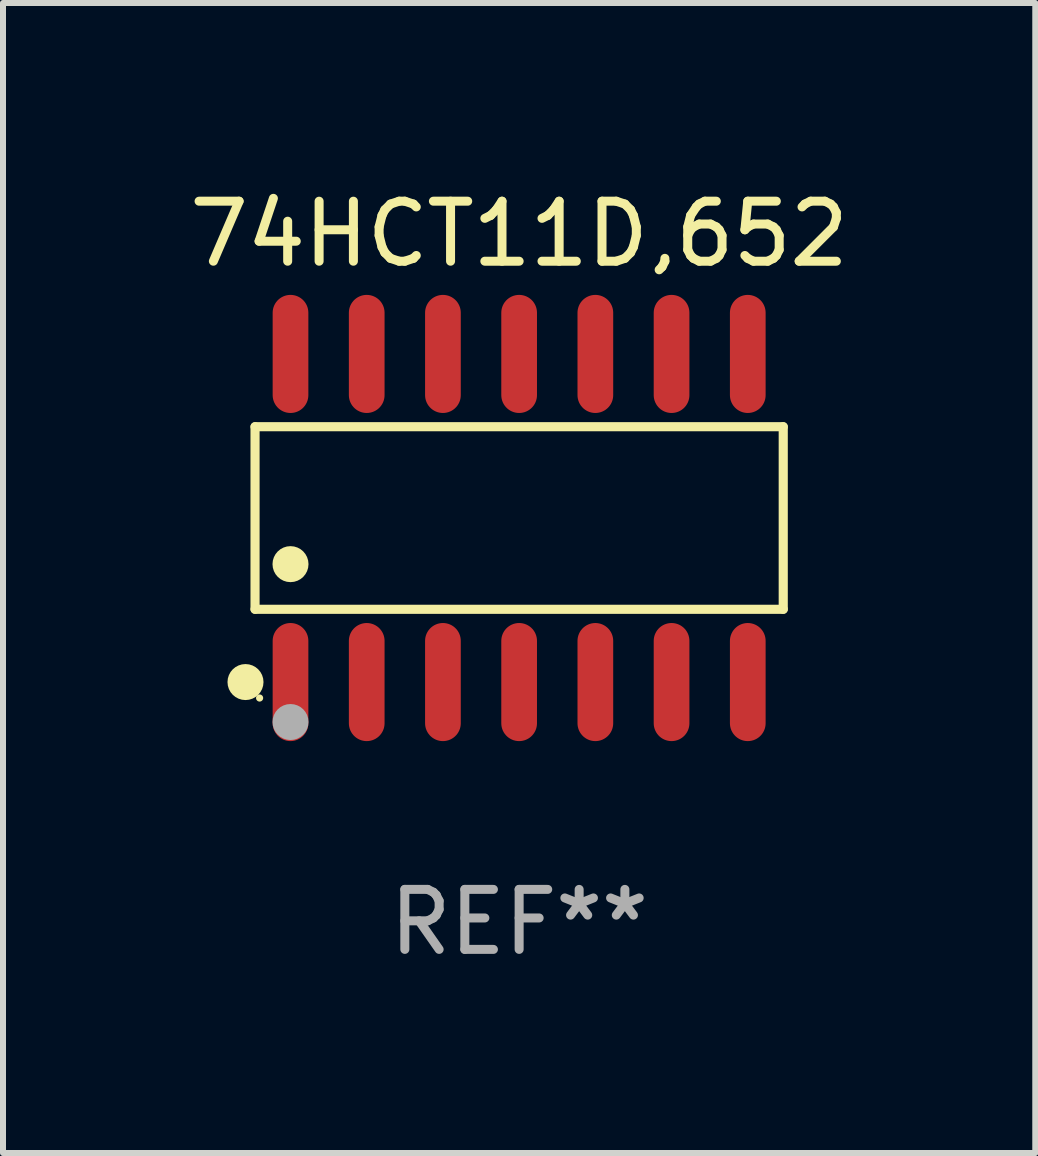
<source format=kicad_pcb>
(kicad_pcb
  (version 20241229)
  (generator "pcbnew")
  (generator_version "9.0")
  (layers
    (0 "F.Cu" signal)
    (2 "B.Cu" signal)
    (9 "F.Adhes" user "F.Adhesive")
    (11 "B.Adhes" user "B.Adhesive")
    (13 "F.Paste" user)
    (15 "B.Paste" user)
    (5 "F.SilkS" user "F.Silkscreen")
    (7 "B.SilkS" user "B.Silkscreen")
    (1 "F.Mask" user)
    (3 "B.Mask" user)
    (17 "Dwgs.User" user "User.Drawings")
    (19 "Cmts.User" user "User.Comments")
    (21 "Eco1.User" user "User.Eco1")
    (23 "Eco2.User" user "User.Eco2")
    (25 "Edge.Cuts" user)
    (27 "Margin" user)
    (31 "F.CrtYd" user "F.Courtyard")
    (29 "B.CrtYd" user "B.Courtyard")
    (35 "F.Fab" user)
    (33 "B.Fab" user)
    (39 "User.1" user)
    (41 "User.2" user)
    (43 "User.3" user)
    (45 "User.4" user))
  (footprint "74HCT11D,652"
    (layer "F.Cu")
    (at 5.601 5.582)
    (property "Reference" "74HCT11D,652" (at 0 -4.734 0) (layer "F.SilkS") (effects (font (size 1 1) (thickness 0.15))))
    (attr through_hole)
    (fp_line (start -4.401 -1.521) (end 4.401 -1.521) (stroke (width 0.152) (type solid)) (layer "F.SilkS"))
    (fp_line (start -4.401 1.521) (end -4.401 -1.521) (stroke (width 0.152) (type solid)) (layer "F.SilkS"))
    (fp_line (start 4.401 -1.521) (end 4.401 1.521) (stroke (width 0.152) (type solid)) (layer "F.SilkS"))
    (fp_line (start 4.401 1.521) (end -4.401 1.521) (stroke (width 0.152) (type solid)) (layer "F.SilkS"))
    (fp_circle (center -4.56 2.734) (end -4.41 2.734) (stroke (width 0.3) (type solid)) (fill no) (layer "F.SilkS"))
    (fp_circle (center -4.325 3) (end -4.295 3) (stroke (width 0.06) (type solid)) (fill no) (layer "F.SilkS"))
    (fp_circle (center -3.81 0.769) (end -3.66 0.769) (stroke (width 0.3) (type solid)) (fill no) (layer "F.SilkS"))
    (fp_circle (center -3.81 3.4) (end -3.66 3.4) (stroke (width 0.3) (type solid)) (fill no) (layer "F.Fab"))
    (fp_text user "REF**" (at 0 6.734 0) (layer "F.Fab") (effects (font (size 1 1) (thickness 0.15))))
    (pad "1" smd oval (at -3.81 2.734) (size 0.595 1.968) (layers "F.Cu" "F.Mask" "F.Paste"))
    (pad "2" smd oval (at -2.54 2.734) (size 0.595 1.968) (layers "F.Cu" "F.Mask" "F.Paste"))
    (pad "3" smd oval (at -1.27 2.734) (size 0.595 1.968) (layers "F.Cu" "F.Mask" "F.Paste"))
    (pad "4" smd oval (at 0 2.734) (size 0.595 1.968) (layers "F.Cu" "F.Mask" "F.Paste"))
    (pad "5" smd oval (at 1.27 2.734) (size 0.595 1.968) (layers "F.Cu" "F.Mask" "F.Paste"))
    (pad "6" smd oval (at 2.54 2.734) (size 0.595 1.968) (layers "F.Cu" "F.Mask" "F.Paste"))
    (pad "7" smd oval (at 3.81 2.734) (size 0.595 1.968) (layers "F.Cu" "F.Mask" "F.Paste"))
    (pad "8" smd oval (at 3.81 -2.734) (size 0.595 1.968) (layers "F.Cu" "F.Mask" "F.Paste"))
    (pad "9" smd oval (at 2.54 -2.734) (size 0.595 1.968) (layers "F.Cu" "F.Mask" "F.Paste"))
    (pad "10" smd oval (at 1.27 -2.734) (size 0.595 1.968) (layers "F.Cu" "F.Mask" "F.Paste"))
    (pad "11" smd oval (at 0 -2.734) (size 0.595 1.968) (layers "F.Cu" "F.Mask" "F.Paste"))
    (pad "12" smd oval (at -1.27 -2.734) (size 0.595 1.968) (layers "F.Cu" "F.Mask" "F.Paste"))
    (pad "13" smd oval (at -2.54 -2.734) (size 0.595 1.968) (layers "F.Cu" "F.Mask" "F.Paste"))
    (pad "14" smd oval (at -3.81 -2.734) (size 0.595 1.968) (layers "F.Cu" "F.Mask" "F.Paste")))
  (gr_rect
    (start -3 -3)
    (end 14.202 16.164)
    (stroke (width 0.1) (type default))
    (fill no)
    (layer "Edge.Cuts")))
</source>
